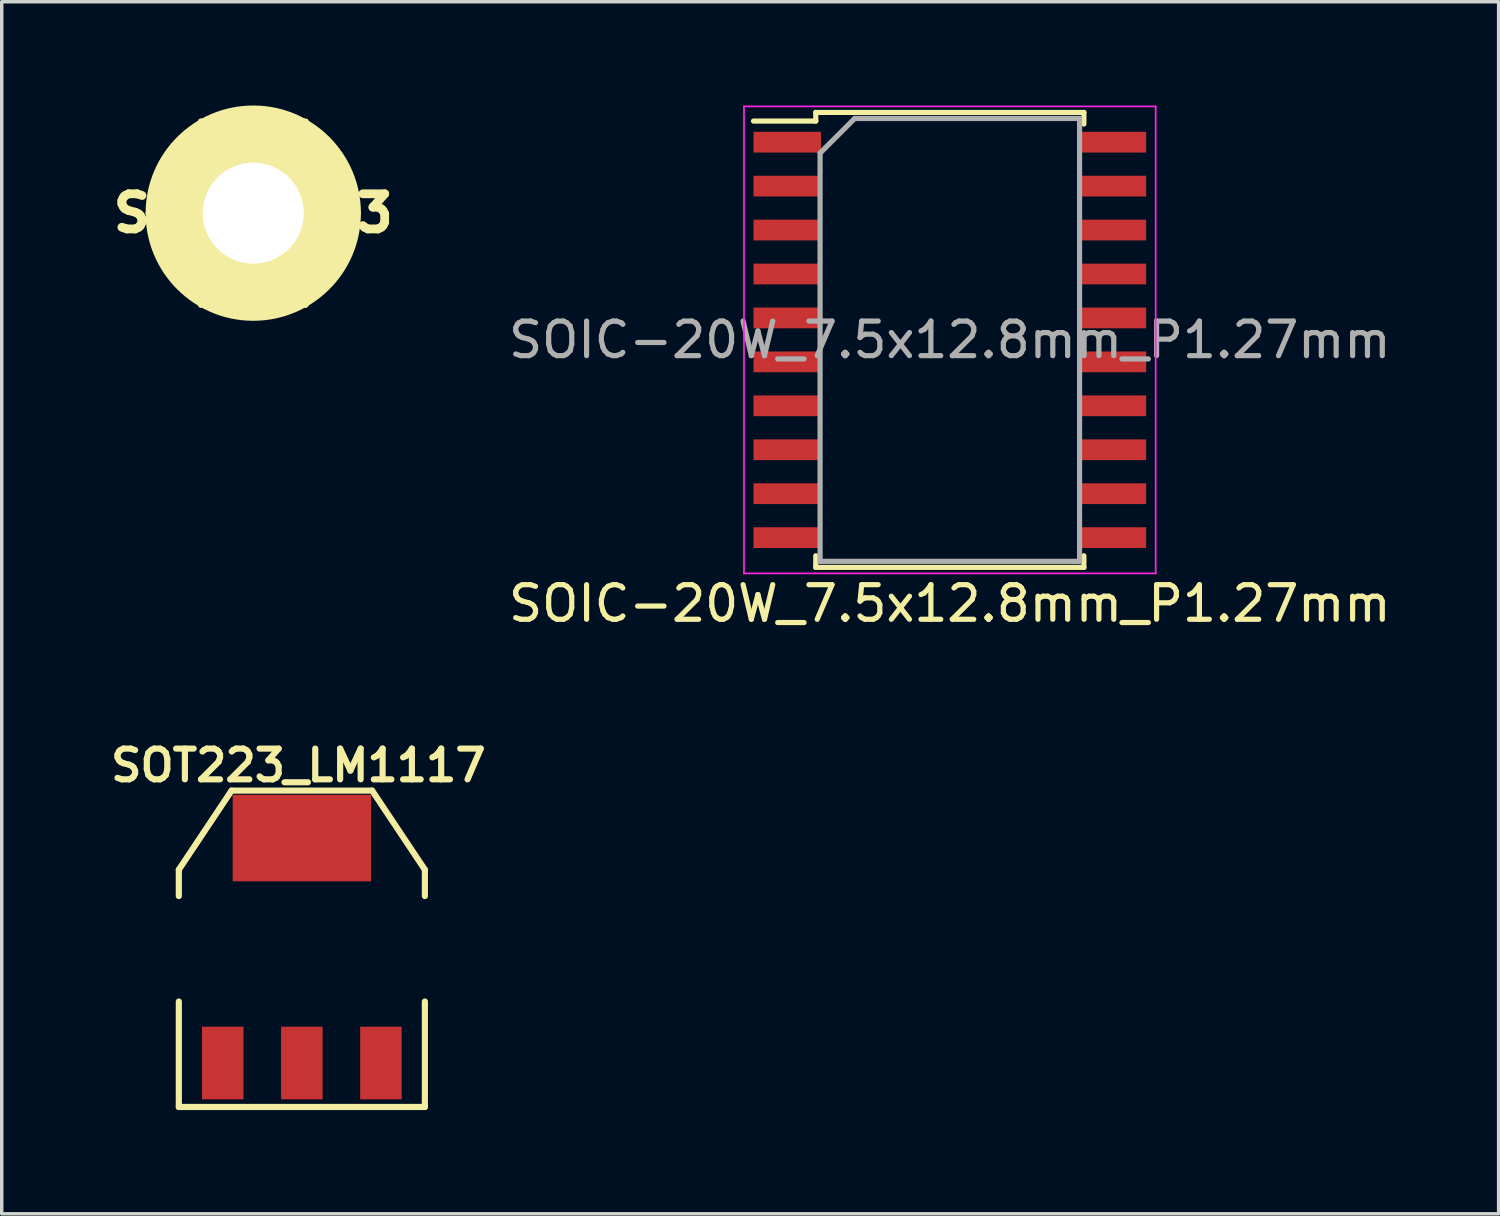
<source format=kicad_pcb>
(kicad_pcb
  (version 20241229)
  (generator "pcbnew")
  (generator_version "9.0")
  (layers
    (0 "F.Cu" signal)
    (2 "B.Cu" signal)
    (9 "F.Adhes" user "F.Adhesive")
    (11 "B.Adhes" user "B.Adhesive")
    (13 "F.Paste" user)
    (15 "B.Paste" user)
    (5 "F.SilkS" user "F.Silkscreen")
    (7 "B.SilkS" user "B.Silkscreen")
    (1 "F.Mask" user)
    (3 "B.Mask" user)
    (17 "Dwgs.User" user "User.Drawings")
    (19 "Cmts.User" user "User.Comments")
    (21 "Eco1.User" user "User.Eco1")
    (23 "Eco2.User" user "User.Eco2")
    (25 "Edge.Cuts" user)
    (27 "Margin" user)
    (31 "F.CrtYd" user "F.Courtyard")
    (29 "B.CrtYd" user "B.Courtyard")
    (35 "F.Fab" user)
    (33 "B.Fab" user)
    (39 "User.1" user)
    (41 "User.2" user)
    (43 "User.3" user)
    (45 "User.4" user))
  (footprint "SOT223_LM1117"
    (layer "F.Cu")
    (at 5.675 24.375)
    (property "Reference" "SOT223_LM1117" (at -0.1 -5.3 0) (layer "F.SilkS") (effects (font (size 0.889 0.889) (thickness 0.178))))
    (attr smd)
    (fp_line (start -3.556 -2.286) (end -2.032 -4.572) (stroke (width 0.178) (type solid)) (layer "F.SilkS"))
    (fp_line (start -3.556 -1.524) (end -3.556 -2.286) (stroke (width 0.178) (type solid)) (layer "F.SilkS"))
    (fp_line (start -3.556 1.524) (end -3.556 4.572) (stroke (width 0.178) (type solid)) (layer "F.SilkS"))
    (fp_line (start -3.556 4.572) (end 3.556 4.572) (stroke (width 0.178) (type solid)) (layer "F.SilkS"))
    (fp_line (start -2.032 -4.572) (end 2.032 -4.572) (stroke (width 0.178) (type solid)) (layer "F.SilkS"))
    (fp_line (start 2.032 -4.572) (end 3.556 -2.286) (stroke (width 0.178) (type solid)) (layer "F.SilkS"))
    (fp_line (start 3.556 -2.286) (end 3.556 -1.524) (stroke (width 0.178) (type solid)) (layer "F.SilkS"))
    (fp_line (start 3.556 4.572) (end 3.556 1.524) (stroke (width 0.178) (type solid)) (layer "F.SilkS"))
    (pad "GND" smd rect (at -2.286 3.302) (size 1.2 2.1) (layers "F.Cu" "F.Mask" "F.Paste"))
    (pad "VI" smd rect (at 2.286 3.302) (size 1.2 2.1) (layers "F.Cu" "F.Mask" "F.Paste"))
    (pad "VO" smd rect (at 0 -3.2) (size 4 2.5) (layers "F.Cu" "F.Mask" "F.Paste"))
    (pad "VO" smd rect (at 0 3.302) (size 1.2 2.1) (layers "F.Cu" "F.Mask" "F.Paste")))
  (footprint "SCREW_M3"
    (layer "F.Cu")
    (at 4.271 3.111)
    (property "Reference" "SCREW_M3" (at 0 0 0) (layer "F.SilkS") (effects (font (size 1.016 1.016) (thickness 0.254))))
    (attr through_hole)
    (fp_line (start -3.048 0) (end -1.524 2.667) (stroke (width 0.127) (type solid)) (layer "F.SilkS"))
    (fp_line (start -1.524 -2.667) (end -3.048 0) (stroke (width 0.127) (type solid)) (layer "F.SilkS"))
    (fp_line (start -1.524 2.667) (end 1.524 2.667) (stroke (width 0.127) (type solid)) (layer "F.SilkS"))
    (fp_line (start 1.524 -2.667) (end -1.524 -2.667) (stroke (width 0.127) (type solid)) (layer "F.SilkS"))
    (fp_line (start 1.524 2.667) (end 3.048 0) (stroke (width 0.127) (type solid)) (layer "F.SilkS"))
    (fp_line (start 3.048 0) (end 1.524 -2.667) (stroke (width 0.127) (type solid)) (layer "F.SilkS"))
    (fp_circle (center 0 0) (end 1.524 0) (stroke (width 0.127) (type solid)) (fill no) (layer "F.SilkS"))
    (fp_circle (center 0 0) (end 2.159 -1.397) (stroke (width 0.127) (type solid)) (fill no) (layer "F.SilkS"))
    (fp_circle (center 0 0) (end 3.048 0) (stroke (width 0.127) (type solid)) (fill no) (layer "F.SilkS"))
    (pad "" thru_hole circle (at 0 0) (size 6.096 6.096) (drill 2.921) (layers "*.Cu" "F.SilkS")))
  (footprint "SOIC-20W_7.5x12.8mm_P1.27mm"
    (layer "F.Cu")
    (at 24.405 6.775)
    (property "Reference" "SOIC-20W_7.5x12.8mm_P1.27mm" (at 0 7.62 0) (layer "F.SilkS") (effects (font (size 1 1) (thickness 0.15))))
    (attr smd)
    (fp_line (start -3.875 -6.575) (end -3.875 -6.325) (stroke (width 0.15) (type solid)) (layer "F.SilkS"))
    (fp_line (start -3.875 -6.575) (end 3.875 -6.575) (stroke (width 0.15) (type solid)) (layer "F.SilkS"))
    (fp_line (start -3.875 -6.325) (end -5.675 -6.325) (stroke (width 0.15) (type solid)) (layer "F.SilkS"))
    (fp_line (start -3.875 6.575) (end -3.875 6.24) (stroke (width 0.15) (type solid)) (layer "F.SilkS"))
    (fp_line (start -3.875 6.575) (end 3.875 6.575) (stroke (width 0.15) (type solid)) (layer "F.SilkS"))
    (fp_line (start 3.875 -6.575) (end 3.875 -6.24) (stroke (width 0.15) (type solid)) (layer "F.SilkS"))
    (fp_line (start 3.875 6.575) (end 3.875 6.24) (stroke (width 0.15) (type solid)) (layer "F.SilkS"))
    (fp_line (start -5.95 -6.75) (end -5.95 6.75) (stroke (width 0.05) (type solid)) (layer "F.CrtYd"))
    (fp_line (start -5.95 -6.75) (end 5.95 -6.75) (stroke (width 0.05) (type solid)) (layer "F.CrtYd"))
    (fp_line (start -5.95 6.75) (end 5.95 6.75) (stroke (width 0.05) (type solid)) (layer "F.CrtYd"))
    (fp_line (start 5.95 -6.75) (end 5.95 6.75) (stroke (width 0.05) (type solid)) (layer "F.CrtYd"))
    (fp_line (start -3.75 -5.4) (end -2.75 -6.4) (stroke (width 0.15) (type solid)) (layer "F.Fab"))
    (fp_line (start -3.75 6.4) (end -3.75 -5.4) (stroke (width 0.15) (type solid)) (layer "F.Fab"))
    (fp_line (start -2.75 -6.4) (end 3.75 -6.4) (stroke (width 0.15) (type solid)) (layer "F.Fab"))
    (fp_line (start 3.75 -6.4) (end 3.75 6.4) (stroke (width 0.15) (type solid)) (layer "F.Fab"))
    (fp_line (start 3.75 6.4) (end -3.75 6.4) (stroke (width 0.15) (type solid)) (layer "F.Fab"))
    (fp_text user "${REFERENCE}" (at 0 0 0) (layer "F.Fab") (effects (font (size 1 1) (thickness 0.15))))
    (pad "1" smd rect (at -4.7 -5.715) (size 1.95 0.6) (layers "F.Cu" "F.Mask" "F.Paste"))
    (pad "2" smd rect (at -4.7 -4.445) (size 1.95 0.6) (layers "F.Cu" "F.Mask" "F.Paste"))
    (pad "3" smd rect (at -4.7 -3.175) (size 1.95 0.6) (layers "F.Cu" "F.Mask" "F.Paste"))
    (pad "4" smd rect (at -4.7 -1.905) (size 1.95 0.6) (layers "F.Cu" "F.Mask" "F.Paste"))
    (pad "5" smd rect (at -4.7 -0.635) (size 1.95 0.6) (layers "F.Cu" "F.Mask" "F.Paste"))
    (pad "6" smd rect (at -4.7 0.635) (size 1.95 0.6) (layers "F.Cu" "F.Mask" "F.Paste"))
    (pad "7" smd rect (at -4.7 1.905) (size 1.95 0.6) (layers "F.Cu" "F.Mask" "F.Paste"))
    (pad "8" smd rect (at -4.7 3.175) (size 1.95 0.6) (layers "F.Cu" "F.Mask" "F.Paste"))
    (pad "9" smd rect (at -4.7 4.445) (size 1.95 0.6) (layers "F.Cu" "F.Mask" "F.Paste"))
    (pad "10" smd rect (at -4.7 5.715) (size 1.95 0.6) (layers "F.Cu" "F.Mask" "F.Paste"))
    (pad "11" smd rect (at 4.7 5.715) (size 1.95 0.6) (layers "F.Cu" "F.Mask" "F.Paste"))
    (pad "12" smd rect (at 4.7 4.445) (size 1.95 0.6) (layers "F.Cu" "F.Mask" "F.Paste"))
    (pad "13" smd rect (at 4.7 3.175) (size 1.95 0.6) (layers "F.Cu" "F.Mask" "F.Paste"))
    (pad "14" smd rect (at 4.7 1.905) (size 1.95 0.6) (layers "F.Cu" "F.Mask" "F.Paste"))
    (pad "15" smd rect (at 4.7 0.635) (size 1.95 0.6) (layers "F.Cu" "F.Mask" "F.Paste"))
    (pad "16" smd rect (at 4.7 -0.635) (size 1.95 0.6) (layers "F.Cu" "F.Mask" "F.Paste"))
    (pad "17" smd rect (at 4.7 -1.905) (size 1.95 0.6) (layers "F.Cu" "F.Mask" "F.Paste"))
    (pad "18" smd rect (at 4.7 -3.175) (size 1.95 0.6) (layers "F.Cu" "F.Mask" "F.Paste"))
    (pad "19" smd rect (at 4.7 -4.445) (size 1.95 0.6) (layers "F.Cu" "F.Mask" "F.Paste"))
    (pad "20" smd rect (at 4.7 -5.715) (size 1.95 0.6) (layers "F.Cu" "F.Mask" "F.Paste")))
  (gr_rect
    (start -3 -3)
    (end 40.268 32.036)
    (stroke (width 0.1) (type default))
    (fill no)
    (layer "Edge.Cuts")))
</source>
